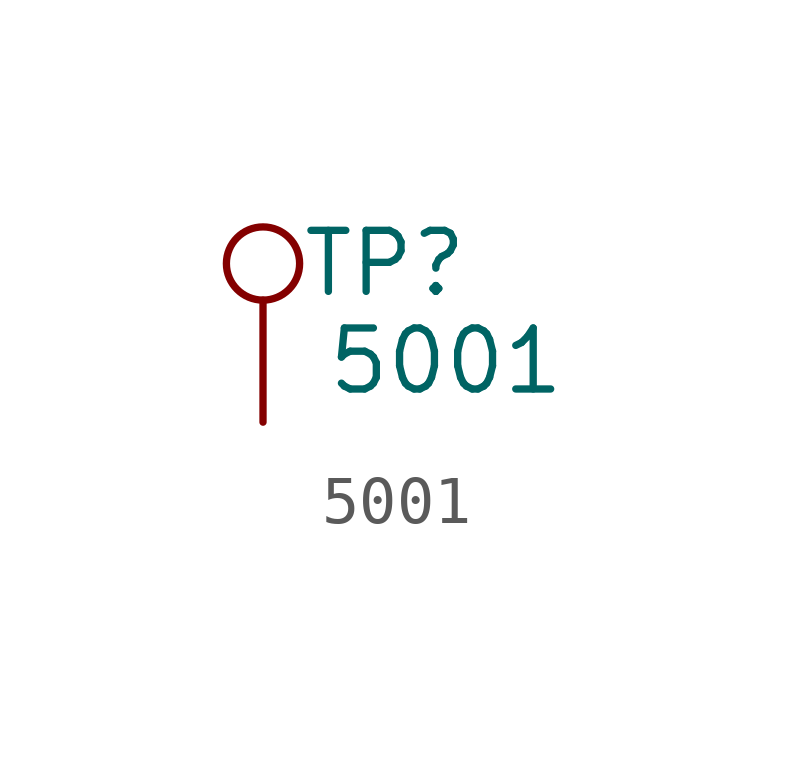
<source format=kicad_sym>
(kicad_symbol_lib
  (version 20231120)
  (generator "kicad_symbol_editor")
  (generator_version "8.0")
  (symbol "5001"
    (pin_numbers hide)
    (pin_names hide)
    (property "Reference" "TP"
      (at 2.54 3.302 0)
      (effects (font (size 1.27 1.27))))
    (property "Value" "5001"
      (at 3.81 1.27 0)
      (effects (font (size 1.27 1.27))))
    (symbol "5001_0_1"
      (circle (center 0 3.302) (radius 0.762) (stroke (width 0) (type default)) (fill (type none))))
    (symbol "5001_1_1"
      (pin passive line (at 0 0 90) (length 2.54) (name "1" (effects (font (size 1.27 1.27)))) (number "1" (effects (font (size 1.27 1.27))))))))
</source>
